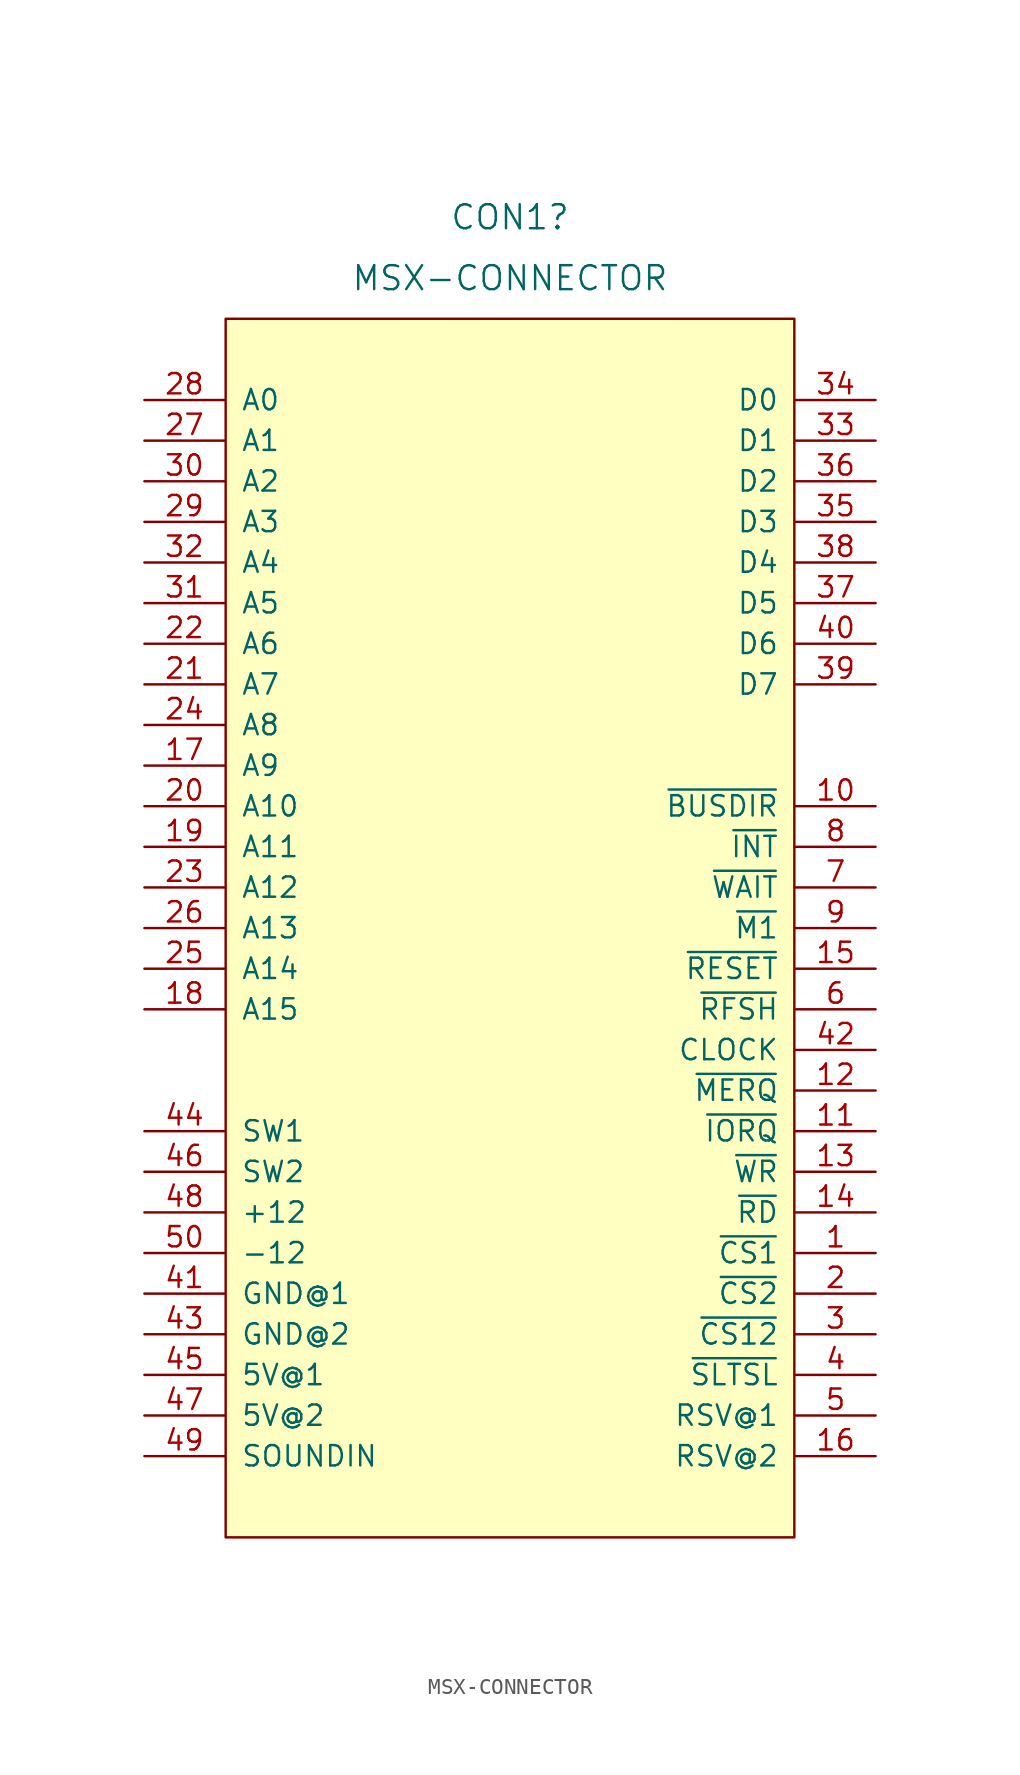
<source format=kicad_sym>
(kicad_symbol_lib
  (version 20241209)
  (generator "kicad_symbol_editor")
  (generator_version "9.0")
  (symbol "MSX-CONNECTOR"
    (pin_names
      (offset 1.016))
    (property "Reference" "CON1"
      (at 0 44.45 0)
      (effects (font (size 1.499 1.499))))
    (property "Value" "MSX-CONNECTOR"
      (at 0 40.64 0)
      (effects (font (size 1.499 1.499))))
    (property "ki_locked" ""
      (at 0 0 0)
      (effects (font (size 1.27 1.27))))
    (symbol "MSX-CONNECTOR_1_0"
      (pin output line (at -22.86 33.02 0) (length 5) (name "A0" (effects (font (size 1.27 1.27)))) (number "28" (effects (font (size 1.27 1.27)))))
      (pin output line (at -22.86 30.48 0) (length 5) (name "A1" (effects (font (size 1.27 1.27)))) (number "27" (effects (font (size 1.27 1.27)))))
      (pin output line (at -22.86 27.94 0) (length 5) (name "A2" (effects (font (size 1.27 1.27)))) (number "30" (effects (font (size 1.27 1.27)))))
      (pin output line (at -22.86 25.4 0) (length 5) (name "A3" (effects (font (size 1.27 1.27)))) (number "29" (effects (font (size 1.27 1.27)))))
      (pin output line (at -22.86 22.86 0) (length 5) (name "A4" (effects (font (size 1.27 1.27)))) (number "32" (effects (font (size 1.27 1.27)))))
      (pin output line (at -22.86 20.32 0) (length 5) (name "A5" (effects (font (size 1.27 1.27)))) (number "31" (effects (font (size 1.27 1.27)))))
      (pin output line (at -22.86 17.78 0) (length 5) (name "A6" (effects (font (size 1.27 1.27)))) (number "22" (effects (font (size 1.27 1.27)))))
      (pin output line (at -22.86 15.24 0) (length 5) (name "A7" (effects (font (size 1.27 1.27)))) (number "21" (effects (font (size 1.27 1.27)))))
      (pin output line (at -22.86 12.7 0) (length 5) (name "A8" (effects (font (size 1.27 1.27)))) (number "24" (effects (font (size 1.27 1.27)))))
      (pin output line (at -22.86 10.16 0) (length 5) (name "A9" (effects (font (size 1.27 1.27)))) (number "17" (effects (font (size 1.27 1.27)))))
      (pin output line (at -22.86 7.62 0) (length 5) (name "A10" (effects (font (size 1.27 1.27)))) (number "20" (effects (font (size 1.27 1.27)))))
      (pin output line (at -22.86 5.08 0) (length 5) (name "A11" (effects (font (size 1.27 1.27)))) (number "19" (effects (font (size 1.27 1.27)))))
      (pin output line (at -22.86 2.54 0) (length 5) (name "A12" (effects (font (size 1.27 1.27)))) (number "23" (effects (font (size 1.27 1.27)))))
      (pin output line (at -22.86 0 0) (length 5) (name "A13" (effects (font (size 1.27 1.27)))) (number "26" (effects (font (size 1.27 1.27)))))
      (pin output line (at -22.86 -2.54 0) (length 5) (name "A14" (effects (font (size 1.27 1.27)))) (number "25" (effects (font (size 1.27 1.27)))))
      (pin output line (at -22.86 -5.08 0) (length 5) (name "A15" (effects (font (size 1.27 1.27)))) (number "18" (effects (font (size 1.27 1.27)))))
      (pin bidirectional line (at -22.86 -12.7 0) (length 5) (name "SW1" (effects (font (size 1.27 1.27)))) (number "44" (effects (font (size 1.27 1.27)))))
      (pin bidirectional line (at -22.86 -15.24 0) (length 5) (name "SW2" (effects (font (size 1.27 1.27)))) (number "46" (effects (font (size 1.27 1.27)))))
      (pin power_in line (at -22.86 -17.78 0) (length 5) (name "+12" (effects (font (size 1.27 1.27)))) (number "48" (effects (font (size 1.27 1.27)))))
      (pin power_in line (at -22.86 -20.32 0) (length 5) (name "-12" (effects (font (size 1.27 1.27)))) (number "50" (effects (font (size 1.27 1.27)))))
      (pin power_in line (at -22.86 -22.86 0) (length 5) (name "GND@1" (effects (font (size 1.27 1.27)))) (number "41" (effects (font (size 1.27 1.27)))))
      (pin power_in line (at -22.86 -25.4 0) (length 5) (name "GND@2" (effects (font (size 1.27 1.27)))) (number "43" (effects (font (size 1.27 1.27)))))
      (pin power_in line (at -22.86 -27.94 0) (length 5) (name "5V@1" (effects (font (size 1.27 1.27)))) (number "45" (effects (font (size 1.27 1.27)))))
      (pin power_in line (at -22.86 -30.48 0) (length 5) (name "5V@2" (effects (font (size 1.27 1.27)))) (number "47" (effects (font (size 1.27 1.27)))))
      (pin input line (at -22.86 -33.02 0) (length 5) (name "SOUNDIN" (effects (font (size 1.27 1.27)))) (number "49" (effects (font (size 1.27 1.27)))))
      (pin bidirectional line (at 22.86 33.02 180) (length 5) (name "D0" (effects (font (size 1.27 1.27)))) (number "34" (effects (font (size 1.27 1.27)))))
      (pin bidirectional line (at 22.86 30.48 180) (length 5) (name "D1" (effects (font (size 1.27 1.27)))) (number "33" (effects (font (size 1.27 1.27)))))
      (pin bidirectional line (at 22.86 27.94 180) (length 5) (name "D2" (effects (font (size 1.27 1.27)))) (number "36" (effects (font (size 1.27 1.27)))))
      (pin bidirectional line (at 22.86 25.4 180) (length 5) (name "D3" (effects (font (size 1.27 1.27)))) (number "35" (effects (font (size 1.27 1.27)))))
      (pin bidirectional line (at 22.86 22.86 180) (length 5) (name "D4" (effects (font (size 1.27 1.27)))) (number "38" (effects (font (size 1.27 1.27)))))
      (pin bidirectional line (at 22.86 20.32 180) (length 5) (name "D5" (effects (font (size 1.27 1.27)))) (number "37" (effects (font (size 1.27 1.27)))))
      (pin bidirectional line (at 22.86 17.78 180) (length 5) (name "D6" (effects (font (size 1.27 1.27)))) (number "40" (effects (font (size 1.27 1.27)))))
      (pin bidirectional line (at 22.86 15.24 180) (length 5) (name "D7" (effects (font (size 1.27 1.27)))) (number "39" (effects (font (size 1.27 1.27)))))
      (pin input line (at 22.86 7.62 180) (length 5) (name "~{BUSDIR}" (effects (font (size 1.27 1.27)))) (number "10" (effects (font (size 1.27 1.27)))))
      (pin open_collector line (at 22.86 5.08 180) (length 5) (name "~{INT}" (effects (font (size 1.27 1.27)))) (number "8" (effects (font (size 1.27 1.27)))))
      (pin open_collector line (at 22.86 2.54 180) (length 5) (name "~{WAIT}" (effects (font (size 1.27 1.27)))) (number "7" (effects (font (size 1.27 1.27)))))
      (pin output line (at 22.86 0 180) (length 5) (name "~{M1}" (effects (font (size 1.27 1.27)))) (number "9" (effects (font (size 1.27 1.27)))))
      (pin output line (at 22.86 -2.54 180) (length 5) (name "~{RESET}" (effects (font (size 1.27 1.27)))) (number "15" (effects (font (size 1.27 1.27)))))
      (pin output line (at 22.86 -5.08 180) (length 5) (name "~{RFSH}" (effects (font (size 1.27 1.27)))) (number "6" (effects (font (size 1.27 1.27)))))
      (pin output line (at 22.86 -7.62 180) (length 5) (name "CLOCK" (effects (font (size 1.27 1.27)))) (number "42" (effects (font (size 1.27 1.27)))))
      (pin output line (at 22.86 -10.16 180) (length 5) (name "~{MERQ}" (effects (font (size 1.27 1.27)))) (number "12" (effects (font (size 1.27 1.27)))))
      (pin output line (at 22.86 -12.7 180) (length 5) (name "~{IORQ}" (effects (font (size 1.27 1.27)))) (number "11" (effects (font (size 1.27 1.27)))))
      (pin output line (at 22.86 -15.24 180) (length 5) (name "~{WR}" (effects (font (size 1.27 1.27)))) (number "13" (effects (font (size 1.27 1.27)))))
      (pin output line (at 22.86 -17.78 180) (length 5) (name "~{RD}" (effects (font (size 1.27 1.27)))) (number "14" (effects (font (size 1.27 1.27)))))
      (pin output line (at 22.86 -20.32 180) (length 5) (name "~{CS1}" (effects (font (size 1.27 1.27)))) (number "1" (effects (font (size 1.27 1.27)))))
      (pin output line (at 22.86 -22.86 180) (length 5) (name "~{CS2}" (effects (font (size 1.27 1.27)))) (number "2" (effects (font (size 1.27 1.27)))))
      (pin output line (at 22.86 -25.4 180) (length 5) (name "~{CS12}" (effects (font (size 1.27 1.27)))) (number "3" (effects (font (size 1.27 1.27)))))
      (pin output line (at 22.86 -27.94 180) (length 5) (name "~{SLTSL}" (effects (font (size 1.27 1.27)))) (number "4" (effects (font (size 1.27 1.27)))))
      (pin unspecified line (at 22.86 -30.48 180) (length 5) (name "RSV@1" (effects (font (size 1.27 1.27)))) (number "5" (effects (font (size 1.27 1.27)))))
      (pin unspecified line (at 22.86 -33.02 180) (length 5) (name "RSV@2" (effects (font (size 1.27 1.27)))) (number "16" (effects (font (size 1.27 1.27))))))
    (symbol "MSX-CONNECTOR_1_1"
      (rectangle (start -17.78 38.1) (end 17.78 -38.1) (stroke (width 0) (type default)) (fill (type background))))))
</source>
